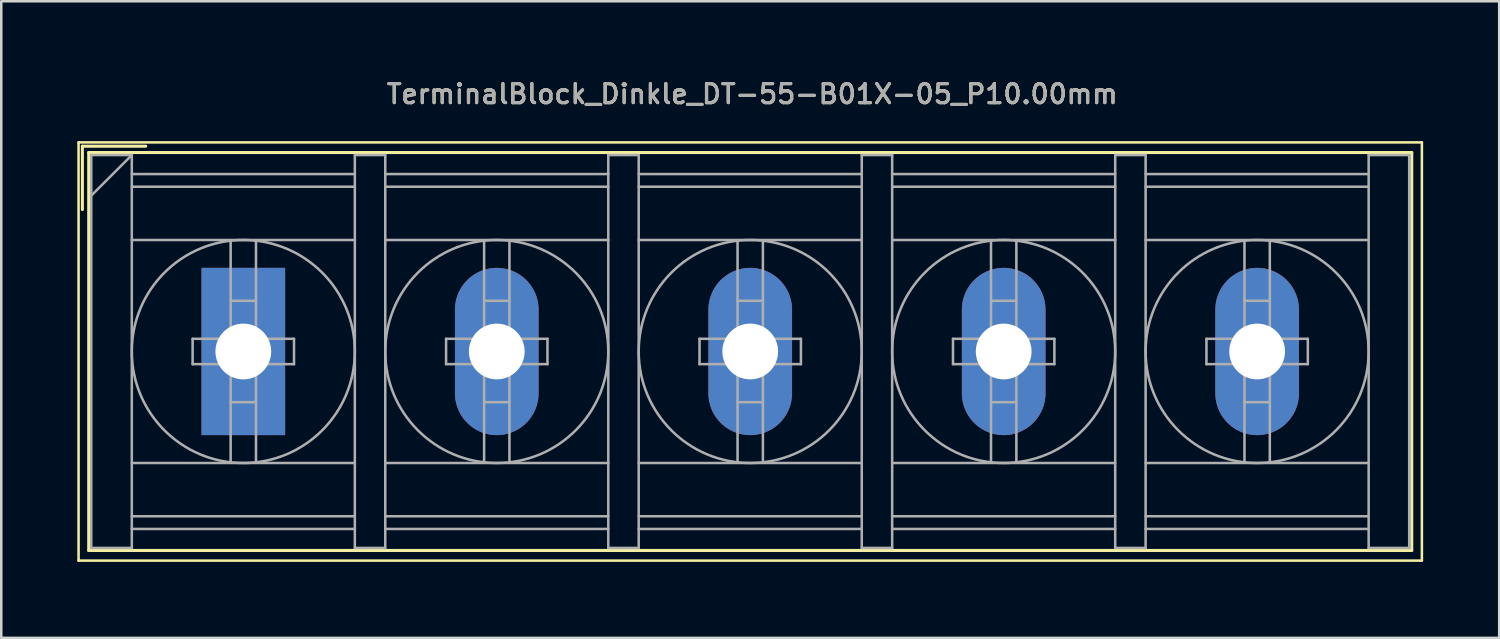
<source format=kicad_pcb>
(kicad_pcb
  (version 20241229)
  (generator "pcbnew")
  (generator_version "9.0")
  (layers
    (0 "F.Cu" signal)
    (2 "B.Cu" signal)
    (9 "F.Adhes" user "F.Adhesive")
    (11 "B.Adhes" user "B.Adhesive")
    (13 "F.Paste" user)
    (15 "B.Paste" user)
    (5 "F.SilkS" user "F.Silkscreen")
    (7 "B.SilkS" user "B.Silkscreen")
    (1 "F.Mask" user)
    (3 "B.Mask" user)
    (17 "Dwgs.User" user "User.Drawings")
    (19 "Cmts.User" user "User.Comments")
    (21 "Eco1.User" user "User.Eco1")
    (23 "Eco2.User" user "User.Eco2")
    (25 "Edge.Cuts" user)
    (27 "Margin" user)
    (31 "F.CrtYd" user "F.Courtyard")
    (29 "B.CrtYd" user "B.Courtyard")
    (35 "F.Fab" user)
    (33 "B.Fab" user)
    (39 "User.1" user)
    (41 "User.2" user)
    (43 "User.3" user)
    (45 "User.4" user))
  (footprint "TerminalBlock_Dinkle_DT-55-B01X-05_P10.00mm"
    (layer "F.Cu")
    (at 6.55 10.818)
    (property "Reference" "TerminalBlock_Dinkle_DT-55-B01X-05_P10.00mm" (at 20.08 -10.16 0) (layer "F.SilkS") (effects (font (size 0.75 0.75) (thickness 0.125))))
    (attr through_hole)
    (fp_line (start -6.5 -8.25) (end 46.5 -8.25) (stroke (width 0.1) (type solid)) (layer "F.SilkS"))
    (fp_line (start -6.5 8.25) (end -6.5 -8.25) (stroke (width 0.1) (type solid)) (layer "F.SilkS"))
    (fp_line (start -6.5 8.25) (end 46.5 8.25) (stroke (width 0.1) (type solid)) (layer "F.SilkS"))
    (fp_line (start -6.35 -8.1) (end -3.85 -8.1) (stroke (width 0.12) (type solid)) (layer "F.SilkS"))
    (fp_line (start -6.35 -5.6) (end -6.35 -8.1) (stroke (width 0.12) (type solid)) (layer "F.SilkS"))
    (fp_line (start -6.1 -7.85) (end 46.1 -7.85) (stroke (width 0.12) (type solid)) (layer "F.SilkS"))
    (fp_line (start -6.1 7.85) (end -6.1 -7.85) (stroke (width 0.12) (type solid)) (layer "F.SilkS"))
    (fp_line (start -6.1 7.85) (end 46.1 7.85) (stroke (width 0.12) (type solid)) (layer "F.SilkS"))
    (fp_line (start 46.1 -7.85) (end 46.1 7.85) (stroke (width 0.12) (type solid)) (layer "F.SilkS"))
    (fp_line (start 46.5 -8.25) (end 46.5 8.25) (stroke (width 0.1) (type solid)) (layer "F.SilkS"))
    (fp_line (start -6 -7.75) (end -6 7.75) (stroke (width 0.1) (type solid)) (layer "F.Fab"))
    (fp_line (start -6 -7.75) (end -4.4 -7.75) (stroke (width 0.1) (type solid)) (layer "F.Fab"))
    (fp_line (start -6 7.75) (end -4.4 7.75) (stroke (width 0.1) (type solid)) (layer "F.Fab"))
    (fp_line (start -4.4 -7.75) (end -6 -6.15) (stroke (width 0.1) (type solid)) (layer "F.Fab"))
    (fp_line (start -4.4 -7.75) (end -4.4 7.75) (stroke (width 0.1) (type solid)) (layer "F.Fab"))
    (fp_line (start -4.4 -7) (end 4.4 -7) (stroke (width 0.1) (type solid)) (layer "F.Fab"))
    (fp_line (start -4.4 -6.5) (end 4.4 -6.5) (stroke (width 0.1) (type solid)) (layer "F.Fab"))
    (fp_line (start -4.4 -4.4) (end 4.4 -4.4) (stroke (width 0.1) (type solid)) (layer "F.Fab"))
    (fp_line (start -4.4 4.4) (end 4.4 4.4) (stroke (width 0.1) (type solid)) (layer "F.Fab"))
    (fp_line (start -4.4 6.5) (end 4.4 6.5) (stroke (width 0.1) (type solid)) (layer "F.Fab"))
    (fp_line (start -4.4 7) (end 4.4 7) (stroke (width 0.1) (type solid)) (layer "F.Fab"))
    (fp_line (start -2 -0.5) (end -2 0.5) (stroke (width 0.1) (type solid)) (layer "F.Fab"))
    (fp_line (start -2 0.5) (end -0.5 0.5) (stroke (width 0.1) (type solid)) (layer "F.Fab"))
    (fp_line (start -0.5 -4.35) (end -0.5 -0.5) (stroke (width 0.1) (type solid)) (layer "F.Fab"))
    (fp_line (start -0.5 -2) (end 0.5 -2) (stroke (width 0.1) (type solid)) (layer "F.Fab"))
    (fp_line (start -0.5 -0.5) (end -2 -0.5) (stroke (width 0.1) (type solid)) (layer "F.Fab"))
    (fp_line (start -0.5 0.5) (end -0.5 4.35) (stroke (width 0.1) (type solid)) (layer "F.Fab"))
    (fp_line (start -0.5 2) (end 0.5 2) (stroke (width 0.1) (type solid)) (layer "F.Fab"))
    (fp_line (start 0.5 -4.35) (end 0.5 -0.5) (stroke (width 0.1) (type solid)) (layer "F.Fab"))
    (fp_line (start 0.5 -0.5) (end 2 -0.5) (stroke (width 0.1) (type solid)) (layer "F.Fab"))
    (fp_line (start 0.5 0.5) (end 0.5 4.35) (stroke (width 0.1) (type solid)) (layer "F.Fab"))
    (fp_line (start 2 -0.5) (end 2 0.5) (stroke (width 0.1) (type solid)) (layer "F.Fab"))
    (fp_line (start 2 0.5) (end 0.5 0.5) (stroke (width 0.1) (type solid)) (layer "F.Fab"))
    (fp_line (start 4.4 -7.75) (end 4.4 7.75) (stroke (width 0.1) (type solid)) (layer "F.Fab"))
    (fp_line (start 4.4 -7.75) (end 5.6 -7.75) (stroke (width 0.1) (type solid)) (layer "F.Fab"))
    (fp_line (start 4.4 7.75) (end 5.6 7.75) (stroke (width 0.1) (type solid)) (layer "F.Fab"))
    (fp_line (start 5.6 -7.75) (end 5.6 7.75) (stroke (width 0.1) (type solid)) (layer "F.Fab"))
    (fp_line (start 5.6 -7) (end 14.4 -7) (stroke (width 0.1) (type solid)) (layer "F.Fab"))
    (fp_line (start 5.6 -6.5) (end 14.4 -6.5) (stroke (width 0.1) (type solid)) (layer "F.Fab"))
    (fp_line (start 5.6 -4.4) (end 14.4 -4.4) (stroke (width 0.1) (type solid)) (layer "F.Fab"))
    (fp_line (start 5.6 4.4) (end 14.4 4.4) (stroke (width 0.1) (type solid)) (layer "F.Fab"))
    (fp_line (start 5.6 6.5) (end 14.4 6.5) (stroke (width 0.1) (type solid)) (layer "F.Fab"))
    (fp_line (start 5.6 7) (end 14.4 7) (stroke (width 0.1) (type solid)) (layer "F.Fab"))
    (fp_line (start 8 -0.5) (end 8 0.5) (stroke (width 0.1) (type solid)) (layer "F.Fab"))
    (fp_line (start 8 0.5) (end 9.5 0.5) (stroke (width 0.1) (type solid)) (layer "F.Fab"))
    (fp_line (start 9.5 -4.35) (end 9.5 -0.5) (stroke (width 0.1) (type solid)) (layer "F.Fab"))
    (fp_line (start 9.5 -2) (end 10.5 -2) (stroke (width 0.1) (type solid)) (layer "F.Fab"))
    (fp_line (start 9.5 -0.5) (end 8 -0.5) (stroke (width 0.1) (type solid)) (layer "F.Fab"))
    (fp_line (start 9.5 0.5) (end 9.5 4.35) (stroke (width 0.1) (type solid)) (layer "F.Fab"))
    (fp_line (start 9.5 2) (end 10.5 2) (stroke (width 0.1) (type solid)) (layer "F.Fab"))
    (fp_line (start 10.5 -4.35) (end 10.5 -0.5) (stroke (width 0.1) (type solid)) (layer "F.Fab"))
    (fp_line (start 10.5 -0.5) (end 12 -0.5) (stroke (width 0.1) (type solid)) (layer "F.Fab"))
    (fp_line (start 10.5 0.5) (end 10.5 4.35) (stroke (width 0.1) (type solid)) (layer "F.Fab"))
    (fp_line (start 12 -0.5) (end 12 0.5) (stroke (width 0.1) (type solid)) (layer "F.Fab"))
    (fp_line (start 12 0.5) (end 10.5 0.5) (stroke (width 0.1) (type solid)) (layer "F.Fab"))
    (fp_line (start 14.4 -7.75) (end 14.4 7.75) (stroke (width 0.1) (type solid)) (layer "F.Fab"))
    (fp_line (start 14.4 -7.75) (end 15.6 -7.75) (stroke (width 0.1) (type solid)) (layer "F.Fab"))
    (fp_line (start 14.4 7.75) (end 15.6 7.75) (stroke (width 0.1) (type solid)) (layer "F.Fab"))
    (fp_line (start 15.6 -7.75) (end 15.6 7.75) (stroke (width 0.1) (type solid)) (layer "F.Fab"))
    (fp_line (start 15.6 -7) (end 24.4 -7) (stroke (width 0.1) (type solid)) (layer "F.Fab"))
    (fp_line (start 15.6 -6.5) (end 24.4 -6.5) (stroke (width 0.1) (type solid)) (layer "F.Fab"))
    (fp_line (start 15.6 -4.4) (end 24.4 -4.4) (stroke (width 0.1) (type solid)) (layer "F.Fab"))
    (fp_line (start 15.6 4.4) (end 24.4 4.4) (stroke (width 0.1) (type solid)) (layer "F.Fab"))
    (fp_line (start 15.6 6.5) (end 24.4 6.5) (stroke (width 0.1) (type solid)) (layer "F.Fab"))
    (fp_line (start 15.6 7) (end 24.4 7) (stroke (width 0.1) (type solid)) (layer "F.Fab"))
    (fp_line (start 18 -0.5) (end 18 0.5) (stroke (width 0.1) (type solid)) (layer "F.Fab"))
    (fp_line (start 18 0.5) (end 19.5 0.5) (stroke (width 0.1) (type solid)) (layer "F.Fab"))
    (fp_line (start 19.5 -4.35) (end 19.5 -0.5) (stroke (width 0.1) (type solid)) (layer "F.Fab"))
    (fp_line (start 19.5 -2) (end 20.5 -2) (stroke (width 0.1) (type solid)) (layer "F.Fab"))
    (fp_line (start 19.5 -0.5) (end 18 -0.5) (stroke (width 0.1) (type solid)) (layer "F.Fab"))
    (fp_line (start 19.5 0.5) (end 19.5 4.35) (stroke (width 0.1) (type solid)) (layer "F.Fab"))
    (fp_line (start 19.5 2) (end 20.5 2) (stroke (width 0.1) (type solid)) (layer "F.Fab"))
    (fp_line (start 20.5 -4.35) (end 20.5 -0.5) (stroke (width 0.1) (type solid)) (layer "F.Fab"))
    (fp_line (start 20.5 -0.5) (end 22 -0.5) (stroke (width 0.1) (type solid)) (layer "F.Fab"))
    (fp_line (start 20.5 0.5) (end 20.5 4.35) (stroke (width 0.1) (type solid)) (layer "F.Fab"))
    (fp_line (start 22 -0.5) (end 22 0.5) (stroke (width 0.1) (type solid)) (layer "F.Fab"))
    (fp_line (start 22 0.5) (end 20.5 0.5) (stroke (width 0.1) (type solid)) (layer "F.Fab"))
    (fp_line (start 24.4 -7.75) (end 24.4 7.75) (stroke (width 0.1) (type solid)) (layer "F.Fab"))
    (fp_line (start 24.4 -7.75) (end 25.6 -7.75) (stroke (width 0.1) (type solid)) (layer "F.Fab"))
    (fp_line (start 24.4 7.75) (end 25.6 7.75) (stroke (width 0.1) (type solid)) (layer "F.Fab"))
    (fp_line (start 25.6 -7.75) (end 25.6 7.75) (stroke (width 0.1) (type solid)) (layer "F.Fab"))
    (fp_line (start 25.6 -7) (end 34.4 -7) (stroke (width 0.1) (type solid)) (layer "F.Fab"))
    (fp_line (start 25.6 -6.5) (end 34.4 -6.5) (stroke (width 0.1) (type solid)) (layer "F.Fab"))
    (fp_line (start 25.6 -4.4) (end 34.4 -4.4) (stroke (width 0.1) (type solid)) (layer "F.Fab"))
    (fp_line (start 25.6 4.4) (end 34.4 4.4) (stroke (width 0.1) (type solid)) (layer "F.Fab"))
    (fp_line (start 25.6 6.5) (end 34.4 6.5) (stroke (width 0.1) (type solid)) (layer "F.Fab"))
    (fp_line (start 25.6 7) (end 34.4 7) (stroke (width 0.1) (type solid)) (layer "F.Fab"))
    (fp_line (start 28 -0.5) (end 28 0.5) (stroke (width 0.1) (type solid)) (layer "F.Fab"))
    (fp_line (start 28 0.5) (end 29.5 0.5) (stroke (width 0.1) (type solid)) (layer "F.Fab"))
    (fp_line (start 29.5 -4.35) (end 29.5 -0.5) (stroke (width 0.1) (type solid)) (layer "F.Fab"))
    (fp_line (start 29.5 -2) (end 30.5 -2) (stroke (width 0.1) (type solid)) (layer "F.Fab"))
    (fp_line (start 29.5 -0.5) (end 28 -0.5) (stroke (width 0.1) (type solid)) (layer "F.Fab"))
    (fp_line (start 29.5 0.5) (end 29.5 4.35) (stroke (width 0.1) (type solid)) (layer "F.Fab"))
    (fp_line (start 29.5 2) (end 30.5 2) (stroke (width 0.1) (type solid)) (layer "F.Fab"))
    (fp_line (start 30.5 -4.35) (end 30.5 -0.5) (stroke (width 0.1) (type solid)) (layer "F.Fab"))
    (fp_line (start 30.5 -0.5) (end 32 -0.5) (stroke (width 0.1) (type solid)) (layer "F.Fab"))
    (fp_line (start 30.5 0.5) (end 30.5 4.35) (stroke (width 0.1) (type solid)) (layer "F.Fab"))
    (fp_line (start 32 -0.5) (end 32 0.5) (stroke (width 0.1) (type solid)) (layer "F.Fab"))
    (fp_line (start 32 0.5) (end 30.5 0.5) (stroke (width 0.1) (type solid)) (layer "F.Fab"))
    (fp_line (start 34.4 -7.75) (end 34.4 7.75) (stroke (width 0.1) (type solid)) (layer "F.Fab"))
    (fp_line (start 34.4 -7.75) (end 35.6 -7.75) (stroke (width 0.1) (type solid)) (layer "F.Fab"))
    (fp_line (start 34.4 7.75) (end 35.6 7.75) (stroke (width 0.1) (type solid)) (layer "F.Fab"))
    (fp_line (start 35.6 -7.75) (end 35.6 7.75) (stroke (width 0.1) (type solid)) (layer "F.Fab"))
    (fp_line (start 35.6 -7) (end 44.4 -7) (stroke (width 0.1) (type solid)) (layer "F.Fab"))
    (fp_line (start 35.6 -6.5) (end 44.4 -6.5) (stroke (width 0.1) (type solid)) (layer "F.Fab"))
    (fp_line (start 35.6 -4.4) (end 44.4 -4.4) (stroke (width 0.1) (type solid)) (layer "F.Fab"))
    (fp_line (start 35.6 4.4) (end 44.4 4.4) (stroke (width 0.1) (type solid)) (layer "F.Fab"))
    (fp_line (start 35.6 6.5) (end 44.4 6.5) (stroke (width 0.1) (type solid)) (layer "F.Fab"))
    (fp_line (start 35.6 7) (end 44.4 7) (stroke (width 0.1) (type solid)) (layer "F.Fab"))
    (fp_line (start 38 -0.5) (end 38 0.5) (stroke (width 0.1) (type solid)) (layer "F.Fab"))
    (fp_line (start 38 0.5) (end 39.5 0.5) (stroke (width 0.1) (type solid)) (layer "F.Fab"))
    (fp_line (start 39.5 -4.35) (end 39.5 -0.5) (stroke (width 0.1) (type solid)) (layer "F.Fab"))
    (fp_line (start 39.5 -2) (end 40.5 -2) (stroke (width 0.1) (type solid)) (layer "F.Fab"))
    (fp_line (start 39.5 -0.5) (end 38 -0.5) (stroke (width 0.1) (type solid)) (layer "F.Fab"))
    (fp_line (start 39.5 0.5) (end 39.5 4.35) (stroke (width 0.1) (type solid)) (layer "F.Fab"))
    (fp_line (start 39.5 2) (end 40.5 2) (stroke (width 0.1) (type solid)) (layer "F.Fab"))
    (fp_line (start 40.5 -4.35) (end 40.5 -0.5) (stroke (width 0.1) (type solid)) (layer "F.Fab"))
    (fp_line (start 40.5 -0.5) (end 42 -0.5) (stroke (width 0.1) (type solid)) (layer "F.Fab"))
    (fp_line (start 40.5 0.5) (end 40.5 4.35) (stroke (width 0.1) (type solid)) (layer "F.Fab"))
    (fp_line (start 42 -0.5) (end 42 0.5) (stroke (width 0.1) (type solid)) (layer "F.Fab"))
    (fp_line (start 42 0.5) (end 40.5 0.5) (stroke (width 0.1) (type solid)) (layer "F.Fab"))
    (fp_line (start 44.4 -7.75) (end 44.4 7.75) (stroke (width 0.1) (type solid)) (layer "F.Fab"))
    (fp_line (start 44.4 -7.75) (end 46 -7.75) (stroke (width 0.1) (type solid)) (layer "F.Fab"))
    (fp_line (start 44.4 7.75) (end 46 7.75) (stroke (width 0.1) (type solid)) (layer "F.Fab"))
    (fp_line (start 46 -7.75) (end 46 7.75) (stroke (width 0.1) (type solid)) (layer "F.Fab"))
    (fp_circle (center 0 0) (end 0.5 0.5) (stroke (width 0.1) (type solid)) (fill no) (layer "F.Fab"))
    (fp_circle (center 0 0) (end 4.4 0) (stroke (width 0.1) (type solid)) (fill no) (layer "F.Fab"))
    (fp_circle (center 10 0) (end 10.5 0.5) (stroke (width 0.1) (type solid)) (fill no) (layer "F.Fab"))
    (fp_circle (center 10 0) (end 14.4 0) (stroke (width 0.1) (type solid)) (fill no) (layer "F.Fab"))
    (fp_circle (center 20 0) (end 20.5 0.5) (stroke (width 0.1) (type solid)) (fill no) (layer "F.Fab"))
    (fp_circle (center 20 0) (end 24.4 0) (stroke (width 0.1) (type solid)) (fill no) (layer "F.Fab"))
    (fp_circle (center 30 0) (end 30.5 0.5) (stroke (width 0.1) (type solid)) (fill no) (layer "F.Fab"))
    (fp_circle (center 30 0) (end 34.4 0) (stroke (width 0.1) (type solid)) (fill no) (layer "F.Fab"))
    (fp_circle (center 40 0) (end 40.5 0.5) (stroke (width 0.1) (type solid)) (fill no) (layer "F.Fab"))
    (fp_circle (center 40 0) (end 44.4 0) (stroke (width 0.1) (type solid)) (fill no) (layer "F.Fab"))
    (fp_text user "${REFERENCE}" (at 20.08 -10.16 0) (layer "F.Fab") (effects (font (size 0.75 0.75) (thickness 0.125))))
    (pad "1" thru_hole rect (at 0 0) (size 3.3 6.6) (drill 2.2) (layers "*.Cu" "*.Mask"))
    (pad "2" thru_hole oval (at 10 0) (size 3.3 6.6) (drill 2.2) (layers "*.Cu" "*.Mask"))
    (pad "3" thru_hole oval (at 20 0) (size 3.3 6.6) (drill 2.2) (layers "*.Cu" "*.Mask"))
    (pad "4" thru_hole oval (at 30 0) (size 3.3 6.6) (drill 2.2) (layers "*.Cu" "*.Mask"))
    (pad "5" thru_hole oval (at 40 0) (size 3.3 6.6) (drill 2.2) (layers "*.Cu" "*.Mask")))
  (gr_rect
    (start -3 -3)
    (end 56.1 22.118)
    (stroke (width 0.1) (type default))
    (fill no)
    (layer "Edge.Cuts")))
</source>
